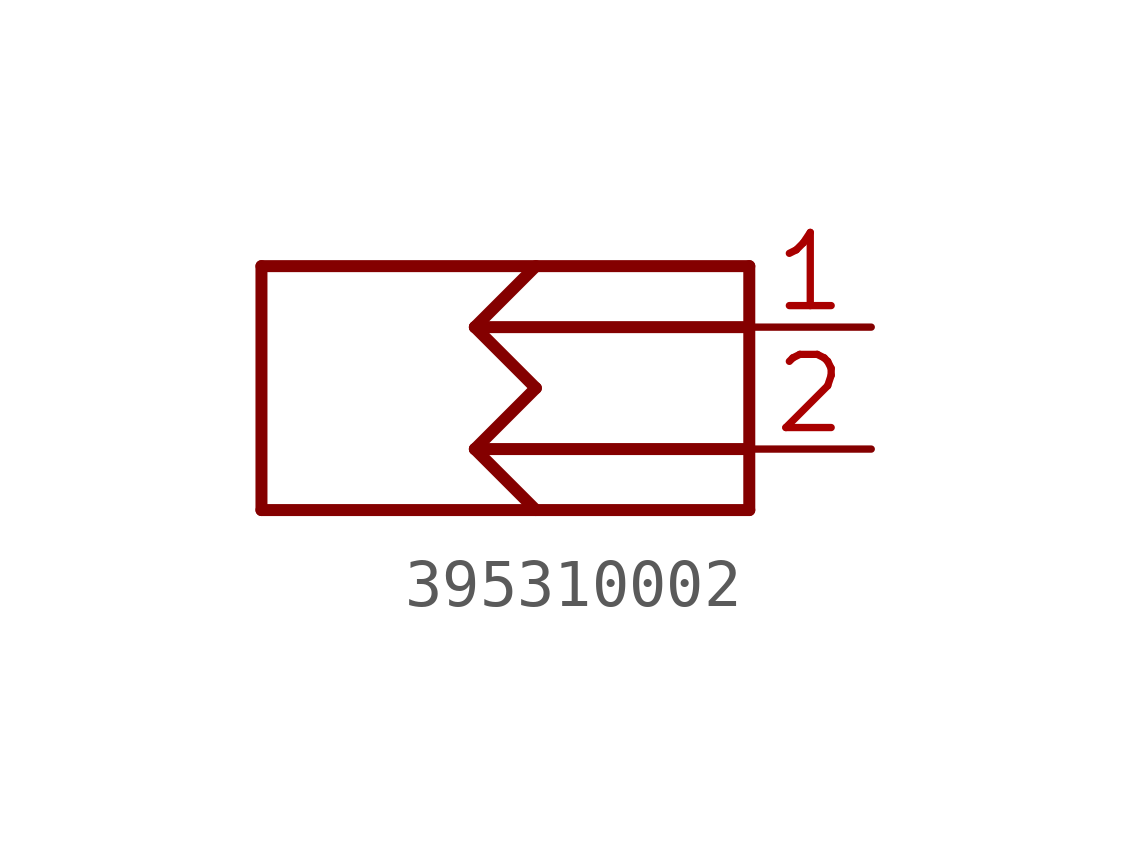
<source format=kicad_sym>
(kicad_symbol_lib
  (version 20241209)
  (generator "kicad_symbol_editor")
  (generator_version "9.0")
  (symbol "395310002"
    (property "Reference" "J"
      (at 0 0 0)
      (effects (font (size 1.27 1.27)) (hide yes)))
    (property "ki_locked" ""
      (at 0 0 0)
      (effects (font (size 1.27 1.27))))
    (symbol "395310002_1_0"
      (polyline (pts (xy -5.08 2.54) (xy 5.08 2.54)) (stroke (width 0.25) (type solid)) (fill (type none)))
      (polyline (pts (xy -5.08 -2.54) (xy -5.08 2.54)) (stroke (width 0.25) (type solid)) (fill (type none)))
      (polyline (pts (xy -0.635 1.27) (xy 0.635 2.54)) (stroke (width 0.25) (type solid)) (fill (type none)))
      (polyline (pts (xy -0.635 1.27) (xy 0.635 0)) (stroke (width 0.25) (type solid)) (fill (type none)))
      (polyline (pts (xy -0.635 1.27) (xy 5.08 1.27)) (stroke (width 0.25) (type solid)) (fill (type none)))
      (polyline (pts (xy -0.635 -1.27) (xy 0.635 0)) (stroke (width 0.25) (type solid)) (fill (type none)))
      (polyline (pts (xy -0.635 -1.27) (xy 0.635 -2.54)) (stroke (width 0.25) (type solid)) (fill (type none)))
      (polyline (pts (xy -0.635 -1.27) (xy 5.08 -1.27)) (stroke (width 0.25) (type solid)) (fill (type none)))
      (polyline (pts (xy 5.08 2.54) (xy 5.08 -2.54)) (stroke (width 0.25) (type solid)) (fill (type none)))
      (polyline (pts (xy 5.08 -2.54) (xy -5.08 -2.54)) (stroke (width 0.25) (type solid)) (fill (type none)))
      (pin passive line (at 7.62 1.27 180) (length 2.54) (name "P1" (effects (font (size 0 0)))) (number "1" (effects (font (size 1.524 1.524)))))
      (pin passive line (at 7.62 -1.27 180) (length 2.54) (name "P2" (effects (font (size 0 0)))) (number "2" (effects (font (size 1.524 1.524))))))))
</source>
